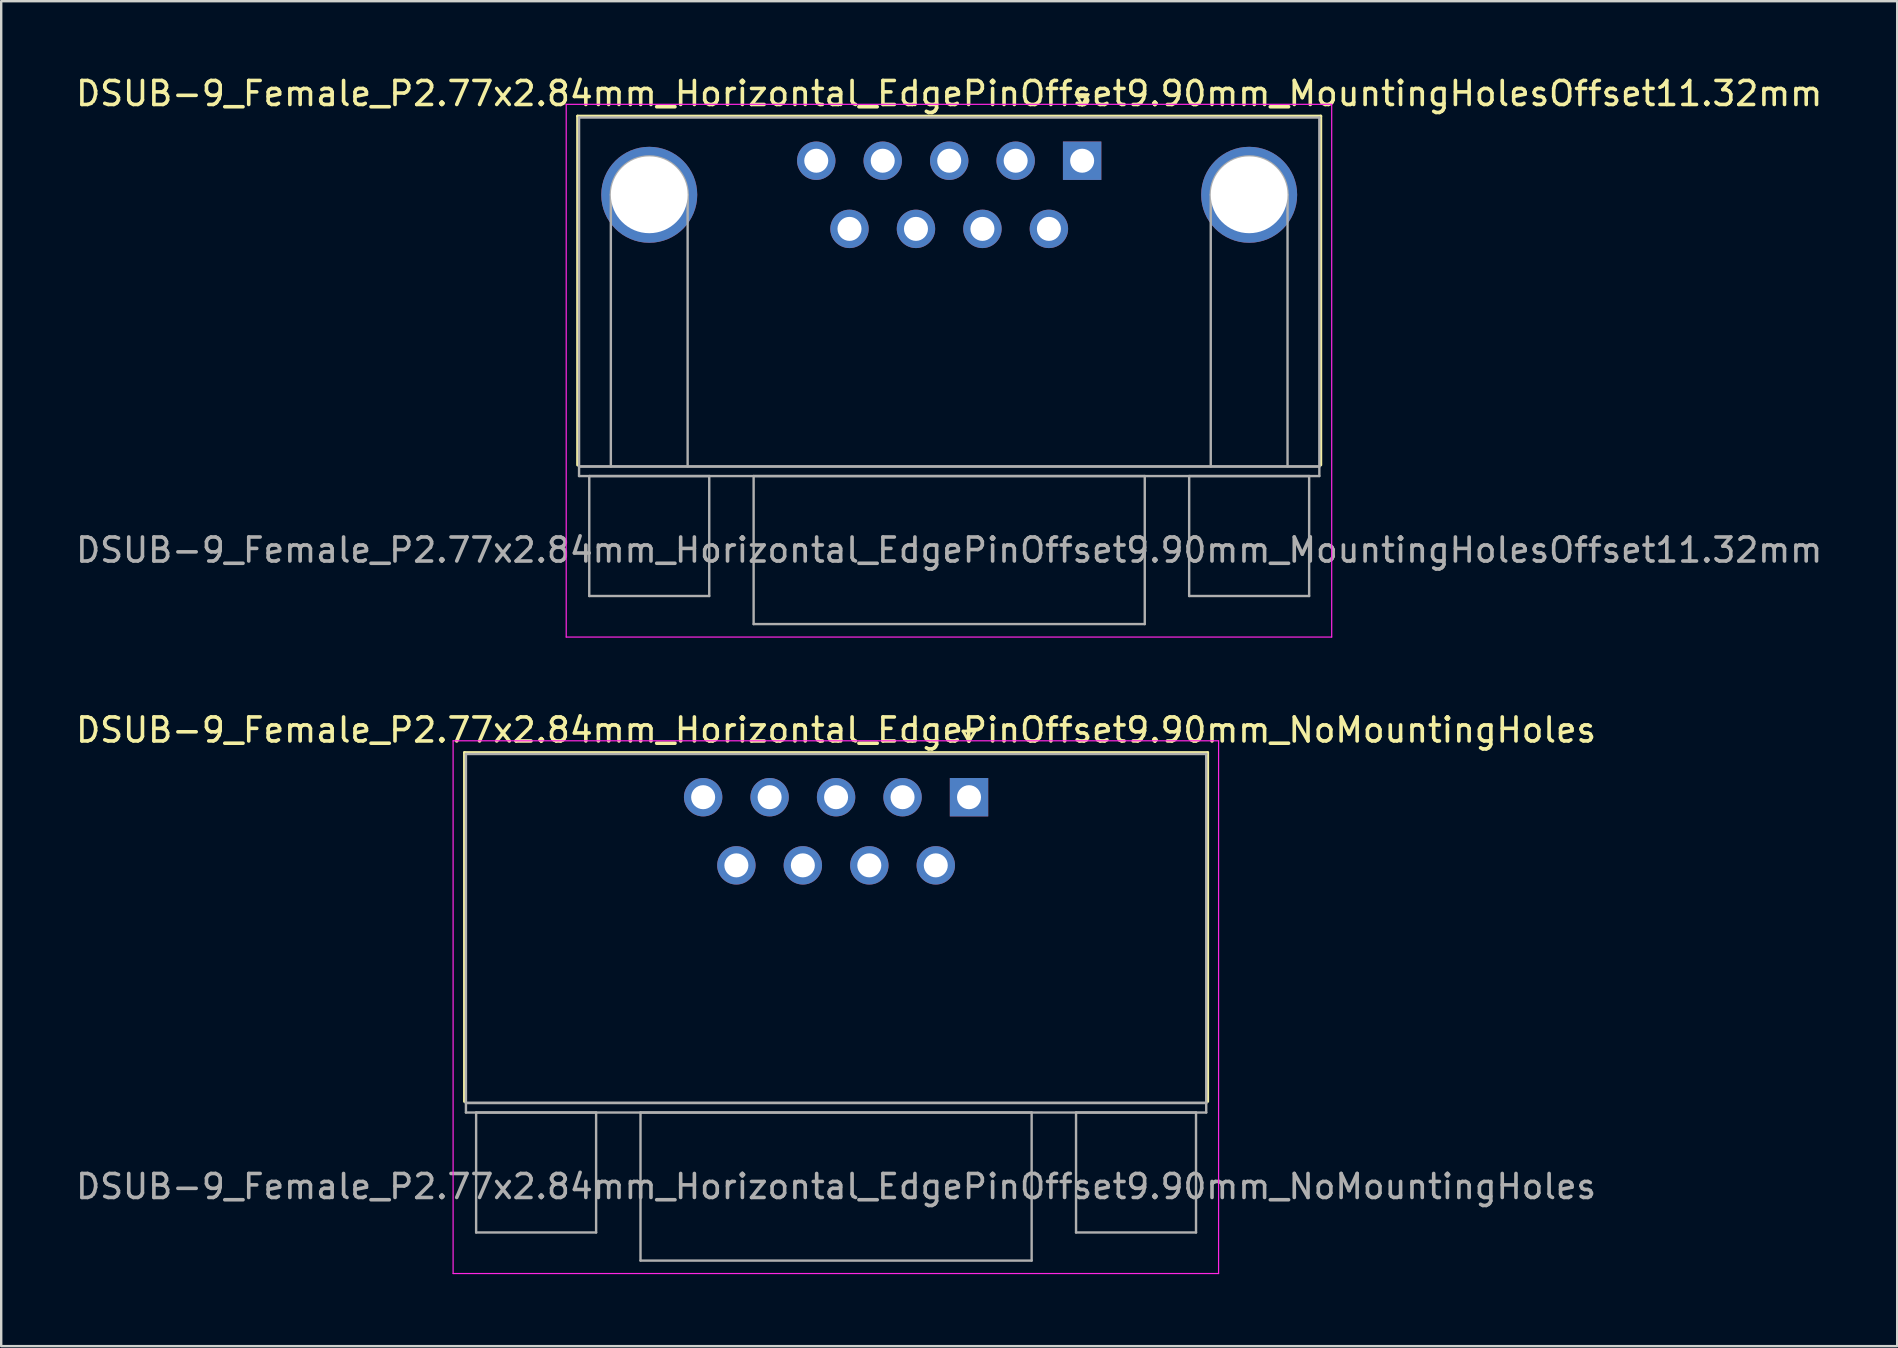
<source format=kicad_pcb>
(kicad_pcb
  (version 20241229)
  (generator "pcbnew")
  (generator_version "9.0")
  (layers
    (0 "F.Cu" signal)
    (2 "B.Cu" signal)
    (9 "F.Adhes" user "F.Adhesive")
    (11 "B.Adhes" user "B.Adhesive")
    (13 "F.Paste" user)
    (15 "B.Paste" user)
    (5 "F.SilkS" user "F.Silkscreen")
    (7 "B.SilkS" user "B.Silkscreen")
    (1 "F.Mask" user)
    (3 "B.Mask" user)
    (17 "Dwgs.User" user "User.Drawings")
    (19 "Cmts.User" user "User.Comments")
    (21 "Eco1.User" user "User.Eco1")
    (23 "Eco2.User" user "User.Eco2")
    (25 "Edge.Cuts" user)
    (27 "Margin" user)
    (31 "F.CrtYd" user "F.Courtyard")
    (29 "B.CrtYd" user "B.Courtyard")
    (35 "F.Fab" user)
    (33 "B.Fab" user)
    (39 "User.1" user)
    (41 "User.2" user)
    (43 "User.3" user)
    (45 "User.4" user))
  (footprint "DSUB-9_Female_P2.77x2.84mm_Horizontal_EdgePinOffset9.90mm_MountingHolesOffset11.32mm"
    (layer "F.Cu")
    (at 42.046 3.648)
    (property "Reference" "DSUB-9_Female_P2.77x2.84mm_Horizontal_EdgePinOffset9.90mm_MountingHolesOffset11.32mm" (at -5.54 -2.8 0) (layer "F.SilkS") (effects (font (size 1 1) (thickness 0.15))))
    (attr through_hole)
    (fp_line (start -21.025 -1.86) (end 9.945 -1.86) (stroke (width 0.12) (type solid)) (layer "F.SilkS"))
    (fp_line (start -21.025 12.68) (end -21.025 -1.86) (stroke (width 0.12) (type solid)) (layer "F.SilkS"))
    (fp_line (start -0.25 -2.754) (end 0.25 -2.754) (stroke (width 0.12) (type solid)) (layer "F.SilkS"))
    (fp_line (start 0 -2.321) (end -0.25 -2.754) (stroke (width 0.12) (type solid)) (layer "F.SilkS"))
    (fp_line (start 0.25 -2.754) (end 0 -2.321) (stroke (width 0.12) (type solid)) (layer "F.SilkS"))
    (fp_line (start 9.945 -1.86) (end 9.945 12.68) (stroke (width 0.12) (type solid)) (layer "F.SilkS"))
    (fp_line (start -21.5 -2.35) (end -21.5 19.85) (stroke (width 0.05) (type solid)) (layer "F.CrtYd"))
    (fp_line (start -21.5 19.85) (end 10.4 19.85) (stroke (width 0.05) (type solid)) (layer "F.CrtYd"))
    (fp_line (start 10.4 -2.35) (end -21.5 -2.35) (stroke (width 0.05) (type solid)) (layer "F.CrtYd"))
    (fp_line (start 10.4 19.85) (end 10.4 -2.35) (stroke (width 0.05) (type solid)) (layer "F.CrtYd"))
    (fp_line (start -20.965 -1.8) (end -20.965 12.74) (stroke (width 0.1) (type solid)) (layer "F.Fab"))
    (fp_line (start -20.965 12.74) (end -20.965 13.14) (stroke (width 0.1) (type solid)) (layer "F.Fab"))
    (fp_line (start -20.965 12.74) (end 9.885 12.74) (stroke (width 0.1) (type solid)) (layer "F.Fab"))
    (fp_line (start -20.965 13.14) (end 9.885 13.14) (stroke (width 0.1) (type solid)) (layer "F.Fab"))
    (fp_line (start -20.54 13.14) (end -20.54 18.14) (stroke (width 0.1) (type solid)) (layer "F.Fab"))
    (fp_line (start -20.54 18.14) (end -15.54 18.14) (stroke (width 0.1) (type solid)) (layer "F.Fab"))
    (fp_line (start -19.64 12.74) (end -19.64 1.42) (stroke (width 0.1) (type solid)) (layer "F.Fab"))
    (fp_line (start -16.44 12.74) (end -16.44 1.42) (stroke (width 0.1) (type solid)) (layer "F.Fab"))
    (fp_line (start -15.54 13.14) (end -20.54 13.14) (stroke (width 0.1) (type solid)) (layer "F.Fab"))
    (fp_line (start -15.54 18.14) (end -15.54 13.14) (stroke (width 0.1) (type solid)) (layer "F.Fab"))
    (fp_line (start -13.69 13.14) (end -13.69 19.31) (stroke (width 0.1) (type solid)) (layer "F.Fab"))
    (fp_line (start -13.69 19.31) (end 2.61 19.31) (stroke (width 0.1) (type solid)) (layer "F.Fab"))
    (fp_line (start 2.61 13.14) (end -13.69 13.14) (stroke (width 0.1) (type solid)) (layer "F.Fab"))
    (fp_line (start 2.61 19.31) (end 2.61 13.14) (stroke (width 0.1) (type solid)) (layer "F.Fab"))
    (fp_line (start 4.46 13.14) (end 4.46 18.14) (stroke (width 0.1) (type solid)) (layer "F.Fab"))
    (fp_line (start 4.46 18.14) (end 9.46 18.14) (stroke (width 0.1) (type solid)) (layer "F.Fab"))
    (fp_line (start 5.36 12.74) (end 5.36 1.42) (stroke (width 0.1) (type solid)) (layer "F.Fab"))
    (fp_line (start 8.56 12.74) (end 8.56 1.42) (stroke (width 0.1) (type solid)) (layer "F.Fab"))
    (fp_line (start 9.46 13.14) (end 4.46 13.14) (stroke (width 0.1) (type solid)) (layer "F.Fab"))
    (fp_line (start 9.46 18.14) (end 9.46 13.14) (stroke (width 0.1) (type solid)) (layer "F.Fab"))
    (fp_line (start 9.885 -1.8) (end -20.965 -1.8) (stroke (width 0.1) (type solid)) (layer "F.Fab"))
    (fp_line (start 9.885 12.74) (end -20.965 12.74) (stroke (width 0.1) (type solid)) (layer "F.Fab"))
    (fp_line (start 9.885 12.74) (end 9.885 -1.8) (stroke (width 0.1) (type solid)) (layer "F.Fab"))
    (fp_line (start 9.885 13.14) (end 9.885 12.74) (stroke (width 0.1) (type solid)) (layer "F.Fab"))
    (fp_arc (start -19.64 1.42) (mid -18.04 -0.18) (end -16.44 1.42) (stroke (width 0.1) (type solid)) (layer "F.Fab"))
    (fp_arc (start 5.36 1.42) (mid 6.96 -0.18) (end 8.56 1.42) (stroke (width 0.1) (type solid)) (layer "F.Fab"))
    (fp_text user "${REFERENCE}" (at -5.54 16.225 0) (layer "F.Fab") (effects (font (size 1 1) (thickness 0.15))))
    (pad "0" thru_hole circle (at -18.04 1.42) (size 4 4) (drill 3.2) (layers "*.Cu" "*.Mask"))
    (pad "0" thru_hole circle (at 6.96 1.42) (size 4 4) (drill 3.2) (layers "*.Cu" "*.Mask"))
    (pad "1" thru_hole rect (at 0 0) (size 1.6 1.6) (drill 1) (layers "*.Cu" "*.Mask"))
    (pad "2" thru_hole circle (at -2.77 0) (size 1.6 1.6) (drill 1) (layers "*.Cu" "*.Mask"))
    (pad "3" thru_hole circle (at -5.54 0) (size 1.6 1.6) (drill 1) (layers "*.Cu" "*.Mask"))
    (pad "4" thru_hole circle (at -8.31 0) (size 1.6 1.6) (drill 1) (layers "*.Cu" "*.Mask"))
    (pad "5" thru_hole circle (at -11.08 0) (size 1.6 1.6) (drill 1) (layers "*.Cu" "*.Mask"))
    (pad "6" thru_hole circle (at -1.385 2.84) (size 1.6 1.6) (drill 1) (layers "*.Cu" "*.Mask"))
    (pad "7" thru_hole circle (at -4.155 2.84) (size 1.6 1.6) (drill 1) (layers "*.Cu" "*.Mask"))
    (pad "8" thru_hole circle (at -6.925 2.84) (size 1.6 1.6) (drill 1) (layers "*.Cu" "*.Mask"))
    (pad "9" thru_hole circle (at -9.695 2.84) (size 1.6 1.6) (drill 1) (layers "*.Cu" "*.Mask")))
  (footprint "DSUB-9_Female_P2.77x2.84mm_Horizontal_EdgePinOffset9.90mm_NoMountingHoles"
    (layer "F.Cu")
    (at 37.332 30.172)
    (property "Reference" "DSUB-9_Female_P2.77x2.84mm_Horizontal_EdgePinOffset9.90mm_NoMountingHoles" (at -5.54 -2.8 0) (layer "F.SilkS") (effects (font (size 1 1) (thickness 0.15))))
    (attr through_hole)
    (fp_line (start -21.025 -1.86) (end 9.945 -1.86) (stroke (width 0.12) (type solid)) (layer "F.SilkS"))
    (fp_line (start -21.025 12.68) (end -21.025 -1.86) (stroke (width 0.12) (type solid)) (layer "F.SilkS"))
    (fp_line (start -0.25 -2.754) (end 0.25 -2.754) (stroke (width 0.12) (type solid)) (layer "F.SilkS"))
    (fp_line (start 0 -2.321) (end -0.25 -2.754) (stroke (width 0.12) (type solid)) (layer "F.SilkS"))
    (fp_line (start 0.25 -2.754) (end 0 -2.321) (stroke (width 0.12) (type solid)) (layer "F.SilkS"))
    (fp_line (start 9.945 -1.86) (end 9.945 12.68) (stroke (width 0.12) (type solid)) (layer "F.SilkS"))
    (fp_line (start -21.5 -2.35) (end -21.5 19.85) (stroke (width 0.05) (type solid)) (layer "F.CrtYd"))
    (fp_line (start -21.5 19.85) (end 10.4 19.85) (stroke (width 0.05) (type solid)) (layer "F.CrtYd"))
    (fp_line (start 10.4 -2.35) (end -21.5 -2.35) (stroke (width 0.05) (type solid)) (layer "F.CrtYd"))
    (fp_line (start 10.4 19.85) (end 10.4 -2.35) (stroke (width 0.05) (type solid)) (layer "F.CrtYd"))
    (fp_line (start -20.965 -1.8) (end -20.965 12.74) (stroke (width 0.1) (type solid)) (layer "F.Fab"))
    (fp_line (start -20.965 12.74) (end -20.965 13.14) (stroke (width 0.1) (type solid)) (layer "F.Fab"))
    (fp_line (start -20.965 12.74) (end 9.885 12.74) (stroke (width 0.1) (type solid)) (layer "F.Fab"))
    (fp_line (start -20.965 13.14) (end 9.885 13.14) (stroke (width 0.1) (type solid)) (layer "F.Fab"))
    (fp_line (start -20.54 13.14) (end -20.54 18.14) (stroke (width 0.1) (type solid)) (layer "F.Fab"))
    (fp_line (start -20.54 18.14) (end -15.54 18.14) (stroke (width 0.1) (type solid)) (layer "F.Fab"))
    (fp_line (start -15.54 13.14) (end -20.54 13.14) (stroke (width 0.1) (type solid)) (layer "F.Fab"))
    (fp_line (start -15.54 18.14) (end -15.54 13.14) (stroke (width 0.1) (type solid)) (layer "F.Fab"))
    (fp_line (start -13.69 13.14) (end -13.69 19.31) (stroke (width 0.1) (type solid)) (layer "F.Fab"))
    (fp_line (start -13.69 19.31) (end 2.61 19.31) (stroke (width 0.1) (type solid)) (layer "F.Fab"))
    (fp_line (start 2.61 13.14) (end -13.69 13.14) (stroke (width 0.1) (type solid)) (layer "F.Fab"))
    (fp_line (start 2.61 19.31) (end 2.61 13.14) (stroke (width 0.1) (type solid)) (layer "F.Fab"))
    (fp_line (start 4.46 13.14) (end 4.46 18.14) (stroke (width 0.1) (type solid)) (layer "F.Fab"))
    (fp_line (start 4.46 18.14) (end 9.46 18.14) (stroke (width 0.1) (type solid)) (layer "F.Fab"))
    (fp_line (start 9.46 13.14) (end 4.46 13.14) (stroke (width 0.1) (type solid)) (layer "F.Fab"))
    (fp_line (start 9.46 18.14) (end 9.46 13.14) (stroke (width 0.1) (type solid)) (layer "F.Fab"))
    (fp_line (start 9.885 -1.8) (end -20.965 -1.8) (stroke (width 0.1) (type solid)) (layer "F.Fab"))
    (fp_line (start 9.885 12.74) (end -20.965 12.74) (stroke (width 0.1) (type solid)) (layer "F.Fab"))
    (fp_line (start 9.885 12.74) (end 9.885 -1.8) (stroke (width 0.1) (type solid)) (layer "F.Fab"))
    (fp_line (start 9.885 13.14) (end 9.885 12.74) (stroke (width 0.1) (type solid)) (layer "F.Fab"))
    (fp_text user "${REFERENCE}" (at -5.54 16.225 0) (layer "F.Fab") (effects (font (size 1 1) (thickness 0.15))))
    (pad "1" thru_hole rect (at 0 0) (size 1.6 1.6) (drill 1) (layers "*.Cu" "*.Mask"))
    (pad "2" thru_hole circle (at -2.77 0) (size 1.6 1.6) (drill 1) (layers "*.Cu" "*.Mask"))
    (pad "3" thru_hole circle (at -5.54 0) (size 1.6 1.6) (drill 1) (layers "*.Cu" "*.Mask"))
    (pad "4" thru_hole circle (at -8.31 0) (size 1.6 1.6) (drill 1) (layers "*.Cu" "*.Mask"))
    (pad "5" thru_hole circle (at -11.08 0) (size 1.6 1.6) (drill 1) (layers "*.Cu" "*.Mask"))
    (pad "6" thru_hole circle (at -1.385 2.84) (size 1.6 1.6) (drill 1) (layers "*.Cu" "*.Mask"))
    (pad "7" thru_hole circle (at -4.155 2.84) (size 1.6 1.6) (drill 1) (layers "*.Cu" "*.Mask"))
    (pad "8" thru_hole circle (at -6.925 2.84) (size 1.6 1.6) (drill 1) (layers "*.Cu" "*.Mask"))
    (pad "9" thru_hole circle (at -9.695 2.84) (size 1.6 1.6) (drill 1) (layers "*.Cu" "*.Mask")))
  (gr_rect
    (start -3 -3)
    (end 76.012 53.047)
    (stroke (width 0.1) (type default))
    (fill no)
    (layer "Edge.Cuts")))
</source>
